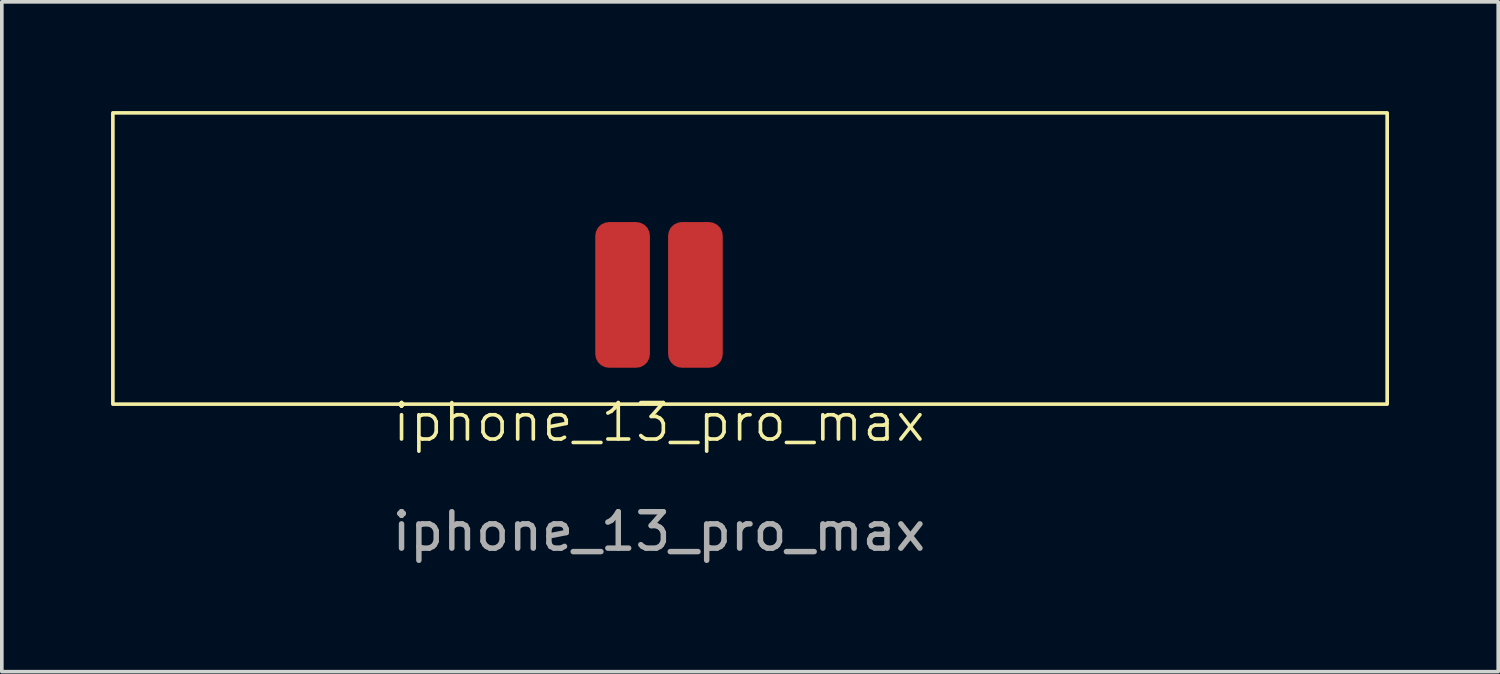
<source format=kicad_pcb>
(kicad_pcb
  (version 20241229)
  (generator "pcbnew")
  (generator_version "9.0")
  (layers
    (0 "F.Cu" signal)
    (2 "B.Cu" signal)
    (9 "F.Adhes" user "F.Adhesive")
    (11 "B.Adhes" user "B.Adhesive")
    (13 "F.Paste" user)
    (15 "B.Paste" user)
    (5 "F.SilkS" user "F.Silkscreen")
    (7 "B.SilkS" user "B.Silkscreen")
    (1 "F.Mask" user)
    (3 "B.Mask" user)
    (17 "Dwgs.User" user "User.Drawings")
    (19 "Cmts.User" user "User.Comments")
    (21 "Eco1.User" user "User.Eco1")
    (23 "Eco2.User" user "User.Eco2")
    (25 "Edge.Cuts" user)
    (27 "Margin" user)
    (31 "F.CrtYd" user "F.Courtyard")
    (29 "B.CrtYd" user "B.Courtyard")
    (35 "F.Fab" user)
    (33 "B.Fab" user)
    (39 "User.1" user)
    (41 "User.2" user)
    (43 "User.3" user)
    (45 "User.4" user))
  (footprint "iphone_13_pro_max"
    (layer "F.Cu")
    (at 15.05 9.05)
    (property "Reference" "iphone_13_pro_max" (at 0 -0.5 0) (unlocked yes) (layer "F.SilkS") (effects (font (size 1 1) (thickness 0.1))))
    (attr smd)
    (fp_rect (start -15 -9) (end 20 -1) (stroke (width 0.1) (type default)) (fill no) (layer "F.SilkS"))
    (fp_text user "${REFERENCE}" (at 0 2.5 0) (unlocked yes) (layer "F.Fab") (effects (font (size 1 1) (thickness 0.15))))
    (pad "1" smd roundrect (at -1 -4) (size 1.5 4) (layers "F.Cu" "F.Mask" "F.Paste") (roundrect_rratio 0.25))
    (pad "2" smd roundrect (at 1 -4) (size 1.5 4) (layers "F.Cu" "F.Mask" "F.Paste") (roundrect_rratio 0.25)))
  (gr_rect
    (start -3 -3)
    (end 38.1 15.398)
    (stroke (width 0.1) (type default))
    (fill no)
    (layer "Edge.Cuts")))
</source>
